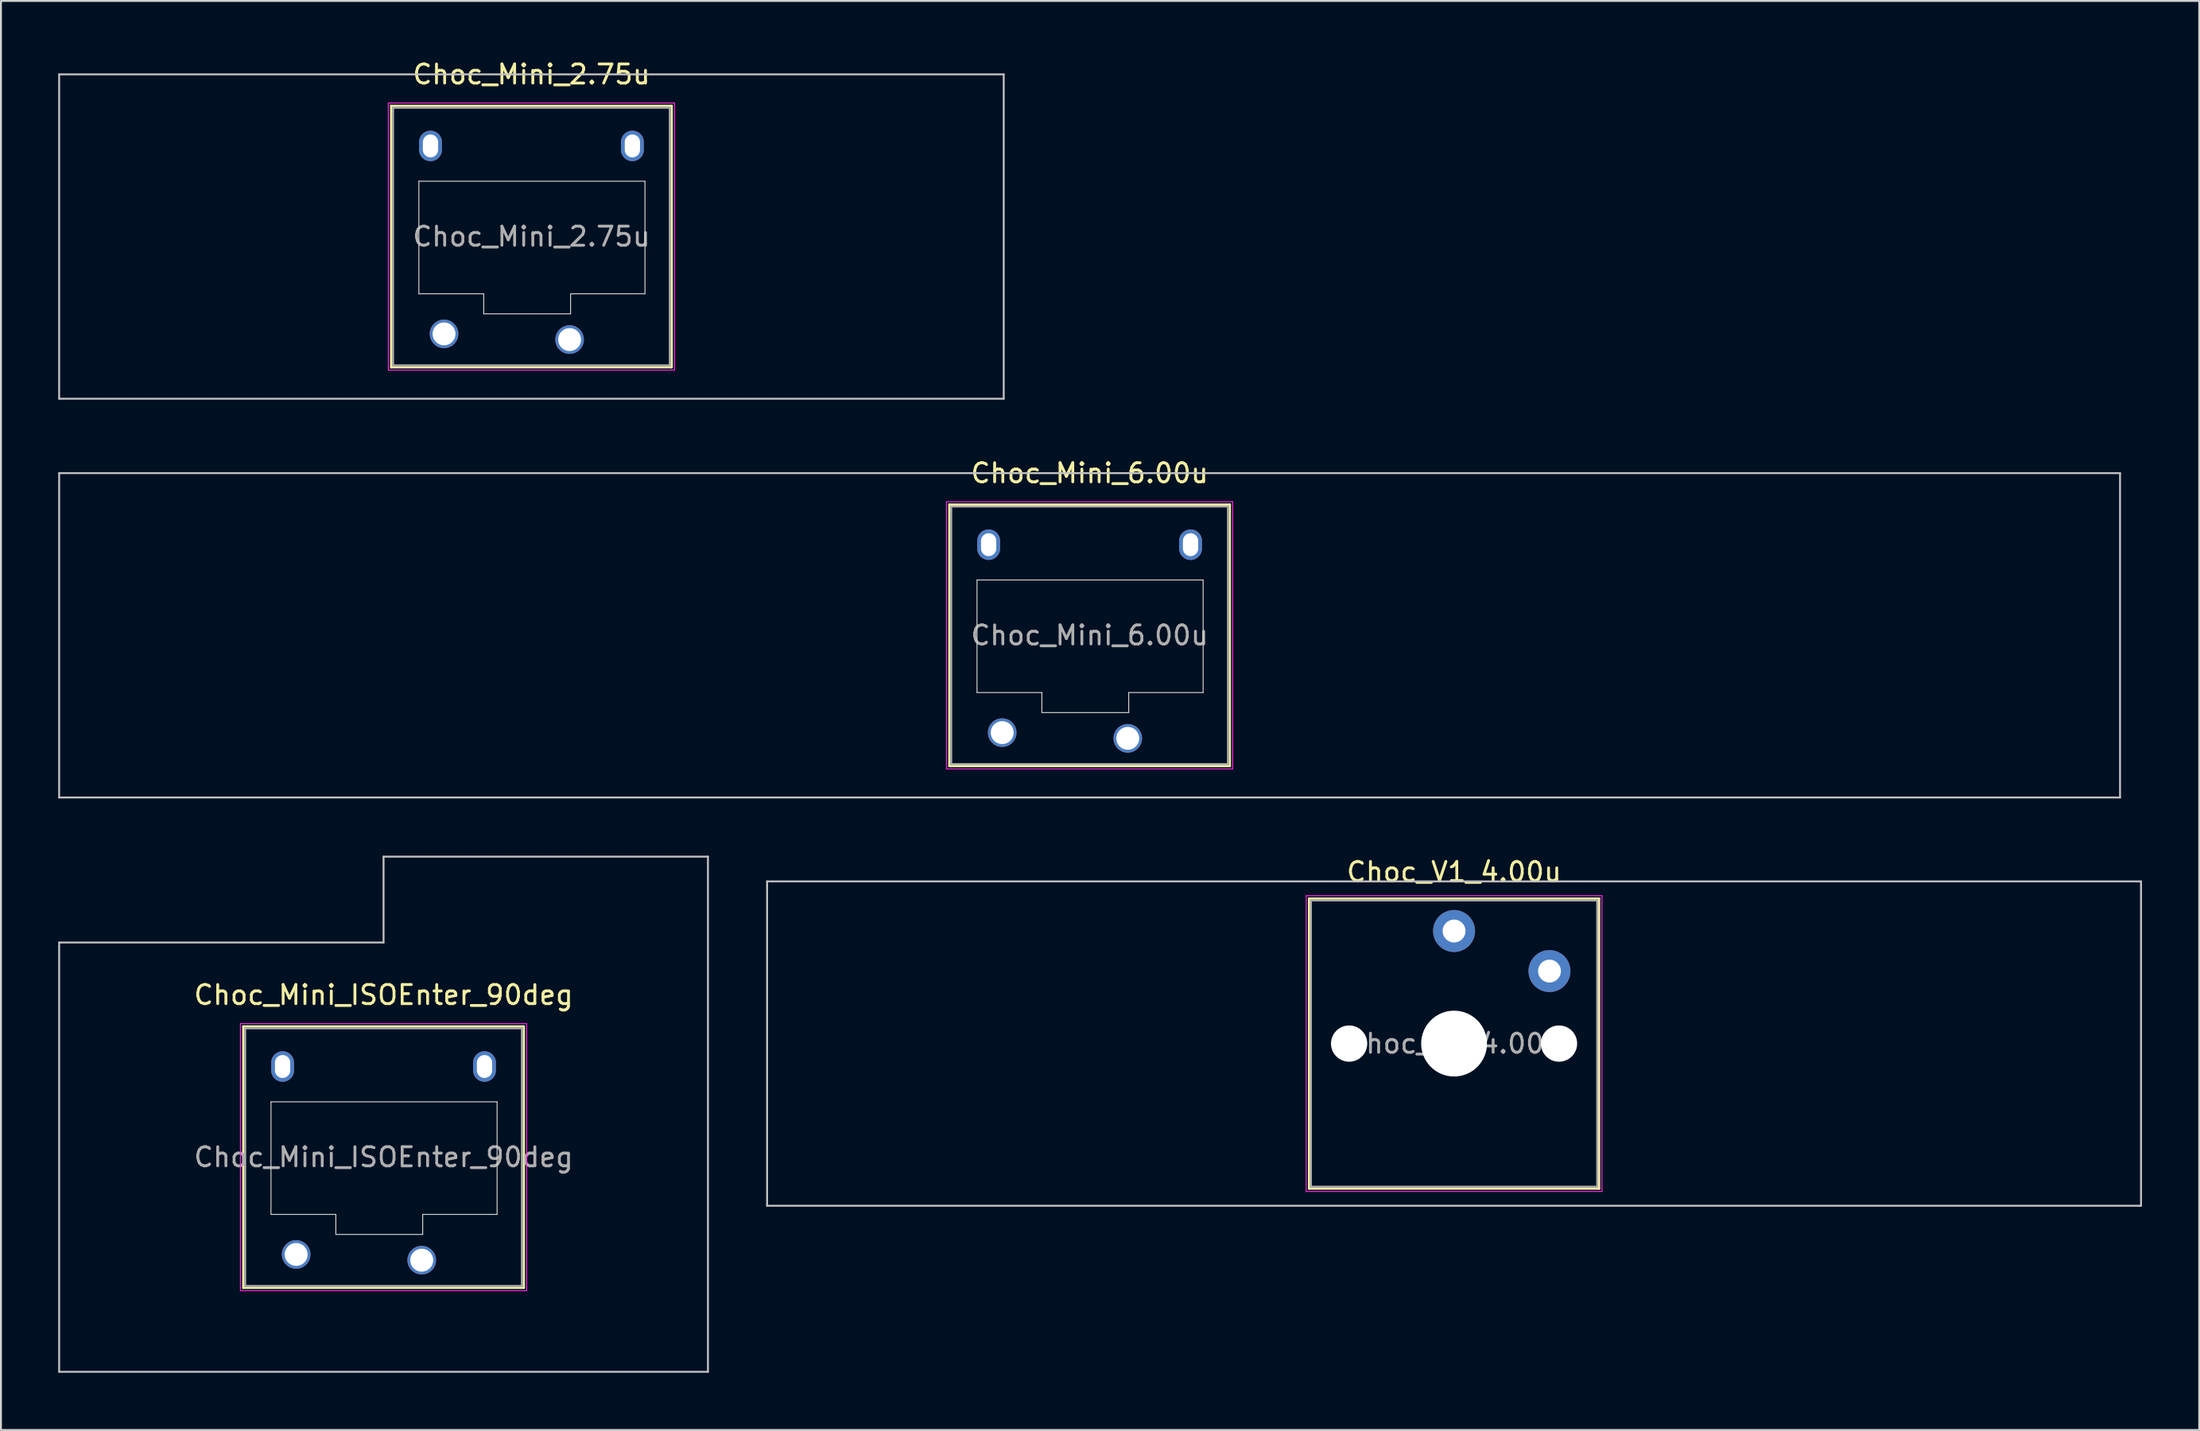
<source format=kicad_pcb>
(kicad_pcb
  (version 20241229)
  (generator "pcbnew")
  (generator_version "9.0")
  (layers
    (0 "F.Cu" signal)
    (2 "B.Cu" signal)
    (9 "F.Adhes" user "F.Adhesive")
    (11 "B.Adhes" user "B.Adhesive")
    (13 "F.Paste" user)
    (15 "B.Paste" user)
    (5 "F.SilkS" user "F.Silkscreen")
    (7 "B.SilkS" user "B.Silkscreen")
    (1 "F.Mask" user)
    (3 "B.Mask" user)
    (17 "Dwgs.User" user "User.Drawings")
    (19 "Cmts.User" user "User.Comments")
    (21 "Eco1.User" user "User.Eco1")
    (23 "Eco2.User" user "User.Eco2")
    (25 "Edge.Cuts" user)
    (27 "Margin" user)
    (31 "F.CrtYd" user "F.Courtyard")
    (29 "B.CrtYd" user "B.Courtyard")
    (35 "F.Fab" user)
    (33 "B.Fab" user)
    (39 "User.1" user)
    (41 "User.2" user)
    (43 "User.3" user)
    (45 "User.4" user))
  (footprint "Choc_Mini_ISOEnter_90deg"
    (layer "F.Cu")
    (at 17.05 57.596)
    (property "Reference" "Choc_Mini_ISOEnter_90deg" (at 0 -8.5 0) (layer "F.SilkS") (effects (font (size 1 1) (thickness 0.15))))
    (attr through_hole)
    (fp_line (start -7.35 -6.85) (end -7.35 6.85) (stroke (width 0.12) (type solid)) (layer "F.SilkS"))
    (fp_line (start -7.35 6.85) (end 7.35 6.85) (stroke (width 0.12) (type solid)) (layer "F.SilkS"))
    (fp_line (start 7.35 -6.85) (end -7.35 -6.85) (stroke (width 0.12) (type solid)) (layer "F.SilkS"))
    (fp_line (start 7.35 6.85) (end 7.35 -6.85) (stroke (width 0.12) (type solid)) (layer "F.SilkS"))
    (fp_line (start -17 -11.25) (end -17 11.25) (stroke (width 0.1) (type solid)) (layer "Dwgs.User"))
    (fp_line (start -17 11.25) (end 17 11.25) (stroke (width 0.1) (type solid)) (layer "Dwgs.User"))
    (fp_line (start 0 -15.75) (end 0 -11.25) (stroke (width 0.1) (type solid)) (layer "Dwgs.User"))
    (fp_line (start 0 -11.25) (end -17 -11.25) (stroke (width 0.1) (type solid)) (layer "Dwgs.User"))
    (fp_line (start 17 -15.75) (end 0 -15.75) (stroke (width 0.1) (type solid)) (layer "Dwgs.User"))
    (fp_line (start 17 11.25) (end 17 -15.75) (stroke (width 0.1) (type solid)) (layer "Dwgs.User"))
    (fp_line (start -6.85 -6.35) (end -6.85 6.35) (stroke (width 0.1) (type solid)) (layer "Eco1.User"))
    (fp_line (start -6.85 6.35) (end 6.85 6.35) (stroke (width 0.1) (type solid)) (layer "Eco1.User"))
    (fp_line (start 6.85 -6.35) (end -6.85 -6.35) (stroke (width 0.1) (type solid)) (layer "Eco1.User"))
    (fp_line (start 6.85 6.35) (end 6.85 -6.35) (stroke (width 0.1) (type solid)) (layer "Eco1.User"))
    (fp_line (start -5.9 -2.9) (end -5.9 3) (stroke (width 0.05) (type solid)) (layer "Edge.Cuts"))
    (fp_line (start -5.9 3) (end -2.5 3) (stroke (width 0.05) (type solid)) (layer "Edge.Cuts"))
    (fp_line (start -2.5 3) (end -2.5 4.05) (stroke (width 0.05) (type solid)) (layer "Edge.Cuts"))
    (fp_line (start -2.5 4.05) (end 2.05 4.05) (stroke (width 0.05) (type solid)) (layer "Edge.Cuts"))
    (fp_line (start 2.05 3) (end 5.95 3) (stroke (width 0.05) (type solid)) (layer "Edge.Cuts"))
    (fp_line (start 2.05 4.05) (end 2.05 3) (stroke (width 0.05) (type solid)) (layer "Edge.Cuts"))
    (fp_line (start 5.95 -2.9) (end -5.9 -2.9) (stroke (width 0.05) (type solid)) (layer "Edge.Cuts"))
    (fp_line (start 5.95 3) (end 5.95 -2.9) (stroke (width 0.05) (type solid)) (layer "Edge.Cuts"))
    (fp_line (start -7.5 -7) (end -7.5 7) (stroke (width 0.05) (type solid)) (layer "F.CrtYd"))
    (fp_line (start -7.5 7) (end 7.5 7) (stroke (width 0.05) (type solid)) (layer "F.CrtYd"))
    (fp_line (start 7.5 -7) (end -7.5 -7) (stroke (width 0.05) (type solid)) (layer "F.CrtYd"))
    (fp_line (start 7.5 7) (end 7.5 -7) (stroke (width 0.05) (type solid)) (layer "F.CrtYd"))
    (fp_line (start -7.25 -6.75) (end -7.25 6.75) (stroke (width 0.1) (type solid)) (layer "F.Fab"))
    (fp_line (start -7.25 6.75) (end 7.25 6.75) (stroke (width 0.1) (type solid)) (layer "F.Fab"))
    (fp_line (start 7.25 -6.75) (end -7.25 -6.75) (stroke (width 0.1) (type solid)) (layer "F.Fab"))
    (fp_line (start 7.25 6.75) (end 7.25 -6.75) (stroke (width 0.1) (type solid)) (layer "F.Fab"))
    (fp_text user "${REFERENCE}" (at 0 0 0) (layer "F.Fab") (effects (font (size 1 1) (thickness 0.15))))
    (pad "" np_thru_hole oval (at -5.29 -4.75) (size 1.2 1.6) (drill oval 0.8 1.2) (layers "*.Cu" "*.Mask"))
    (pad "" np_thru_hole oval (at 5.29 -4.75) (size 1.2 1.6) (drill oval 0.8 1.2) (layers "*.Cu" "*.Mask"))
    (pad "1" thru_hole circle (at 2 5.4) (size 1.5 1.5) (drill 1.2) (layers "*.Cu" "*.Mask"))
    (pad "2" thru_hole circle (at -4.58 5.1) (size 1.5 1.5) (drill 1.2) (layers "*.Cu" "*.Mask")))
  (footprint "Choc_Mini_6.00u"
    (layer "F.Cu")
    (at 54.05 30.247)
    (property "Reference" "Choc_Mini_6.00u" (at 0 -8.5 0) (layer "F.SilkS") (effects (font (size 1 1) (thickness 0.15))))
    (attr through_hole)
    (fp_line (start -7.35 -6.85) (end -7.35 6.85) (stroke (width 0.12) (type solid)) (layer "F.SilkS"))
    (fp_line (start -7.35 6.85) (end 7.35 6.85) (stroke (width 0.12) (type solid)) (layer "F.SilkS"))
    (fp_line (start 7.35 -6.85) (end -7.35 -6.85) (stroke (width 0.12) (type solid)) (layer "F.SilkS"))
    (fp_line (start 7.35 6.85) (end 7.35 -6.85) (stroke (width 0.12) (type solid)) (layer "F.SilkS"))
    (fp_line (start -54 -8.5) (end -54 8.5) (stroke (width 0.1) (type solid)) (layer "Dwgs.User"))
    (fp_line (start -54 8.5) (end 54 8.5) (stroke (width 0.1) (type solid)) (layer "Dwgs.User"))
    (fp_line (start 54 -8.5) (end -54 -8.5) (stroke (width 0.1) (type solid)) (layer "Dwgs.User"))
    (fp_line (start 54 8.5) (end 54 -8.5) (stroke (width 0.1) (type solid)) (layer "Dwgs.User"))
    (fp_line (start -6.85 -6.35) (end -6.85 6.35) (stroke (width 0.1) (type solid)) (layer "Eco1.User"))
    (fp_line (start -6.85 6.35) (end 6.85 6.35) (stroke (width 0.1) (type solid)) (layer "Eco1.User"))
    (fp_line (start 6.85 -6.35) (end -6.85 -6.35) (stroke (width 0.1) (type solid)) (layer "Eco1.User"))
    (fp_line (start 6.85 6.35) (end 6.85 -6.35) (stroke (width 0.1) (type solid)) (layer "Eco1.User"))
    (fp_line (start -5.9 -2.9) (end -5.9 3) (stroke (width 0.05) (type solid)) (layer "Edge.Cuts"))
    (fp_line (start -5.9 3) (end -2.5 3) (stroke (width 0.05) (type solid)) (layer "Edge.Cuts"))
    (fp_line (start -2.5 3) (end -2.5 4.05) (stroke (width 0.05) (type solid)) (layer "Edge.Cuts"))
    (fp_line (start -2.5 4.05) (end 2.05 4.05) (stroke (width 0.05) (type solid)) (layer "Edge.Cuts"))
    (fp_line (start 2.05 3) (end 5.95 3) (stroke (width 0.05) (type solid)) (layer "Edge.Cuts"))
    (fp_line (start 2.05 4.05) (end 2.05 3) (stroke (width 0.05) (type solid)) (layer "Edge.Cuts"))
    (fp_line (start 5.95 -2.9) (end -5.9 -2.9) (stroke (width 0.05) (type solid)) (layer "Edge.Cuts"))
    (fp_line (start 5.95 3) (end 5.95 -2.9) (stroke (width 0.05) (type solid)) (layer "Edge.Cuts"))
    (fp_line (start -7.5 -7) (end -7.5 7) (stroke (width 0.05) (type solid)) (layer "F.CrtYd"))
    (fp_line (start -7.5 7) (end 7.5 7) (stroke (width 0.05) (type solid)) (layer "F.CrtYd"))
    (fp_line (start 7.5 -7) (end -7.5 -7) (stroke (width 0.05) (type solid)) (layer "F.CrtYd"))
    (fp_line (start 7.5 7) (end 7.5 -7) (stroke (width 0.05) (type solid)) (layer "F.CrtYd"))
    (fp_line (start -7.25 -6.75) (end -7.25 6.75) (stroke (width 0.1) (type solid)) (layer "F.Fab"))
    (fp_line (start -7.25 6.75) (end 7.25 6.75) (stroke (width 0.1) (type solid)) (layer "F.Fab"))
    (fp_line (start 7.25 -6.75) (end -7.25 -6.75) (stroke (width 0.1) (type solid)) (layer "F.Fab"))
    (fp_line (start 7.25 6.75) (end 7.25 -6.75) (stroke (width 0.1) (type solid)) (layer "F.Fab"))
    (fp_text user "${REFERENCE}" (at 0 0 0) (layer "F.Fab") (effects (font (size 1 1) (thickness 0.15))))
    (pad "" np_thru_hole oval (at -5.29 -4.75) (size 1.2 1.6) (drill oval 0.8 1.2) (layers "*.Cu" "*.Mask"))
    (pad "" np_thru_hole oval (at 5.29 -4.75) (size 1.2 1.6) (drill oval 0.8 1.2) (layers "*.Cu" "*.Mask"))
    (pad "1" thru_hole circle (at 2 5.4) (size 1.5 1.5) (drill 1.2) (layers "*.Cu" "*.Mask"))
    (pad "2" thru_hole circle (at -4.58 5.1) (size 1.5 1.5) (drill 1.2) (layers "*.Cu" "*.Mask")))
  (footprint "Choc_V1_4.00u"
    (layer "F.Cu")
    (at 73.15 51.645)
    (property "Reference" "Choc_V1_4.00u" (at 0 -9 0) (layer "F.SilkS") (effects (font (size 1 1) (thickness 0.15))))
    (attr through_hole)
    (fp_line (start -7.6 -7.6) (end -7.6 7.6) (stroke (width 0.12) (type solid)) (layer "F.SilkS"))
    (fp_line (start -7.6 7.6) (end 7.6 7.6) (stroke (width 0.12) (type solid)) (layer "F.SilkS"))
    (fp_line (start 7.6 -7.6) (end -7.6 -7.6) (stroke (width 0.12) (type solid)) (layer "F.SilkS"))
    (fp_line (start 7.6 7.6) (end 7.6 -7.6) (stroke (width 0.12) (type solid)) (layer "F.SilkS"))
    (fp_line (start -36 -8.5) (end -36 8.5) (stroke (width 0.1) (type solid)) (layer "Dwgs.User"))
    (fp_line (start -36 8.5) (end 36 8.5) (stroke (width 0.1) (type solid)) (layer "Dwgs.User"))
    (fp_line (start 36 -8.5) (end -36 -8.5) (stroke (width 0.1) (type solid)) (layer "Dwgs.User"))
    (fp_line (start 36 8.5) (end 36 -8.5) (stroke (width 0.1) (type solid)) (layer "Dwgs.User"))
    (fp_line (start -7.25 -7.25) (end -7.25 7.25) (stroke (width 0.1) (type solid)) (layer "Eco1.User"))
    (fp_line (start -7.25 7.25) (end 7.25 7.25) (stroke (width 0.1) (type solid)) (layer "Eco1.User"))
    (fp_line (start 7.25 -7.25) (end -7.25 -7.25) (stroke (width 0.1) (type solid)) (layer "Eco1.User"))
    (fp_line (start 7.25 7.25) (end 7.25 -7.25) (stroke (width 0.1) (type solid)) (layer "Eco1.User"))
    (fp_line (start -7.75 -7.75) (end -7.75 7.75) (stroke (width 0.05) (type solid)) (layer "F.CrtYd"))
    (fp_line (start -7.75 7.75) (end 7.75 7.75) (stroke (width 0.05) (type solid)) (layer "F.CrtYd"))
    (fp_line (start 7.75 -7.75) (end -7.75 -7.75) (stroke (width 0.05) (type solid)) (layer "F.CrtYd"))
    (fp_line (start 7.75 7.75) (end 7.75 -7.75) (stroke (width 0.05) (type solid)) (layer "F.CrtYd"))
    (fp_line (start -7.5 -7.5) (end -7.5 7.5) (stroke (width 0.1) (type solid)) (layer "F.Fab"))
    (fp_line (start -7.5 7.5) (end 7.5 7.5) (stroke (width 0.1) (type solid)) (layer "F.Fab"))
    (fp_line (start 7.5 -7.5) (end -7.5 -7.5) (stroke (width 0.1) (type solid)) (layer "F.Fab"))
    (fp_line (start 7.5 7.5) (end 7.5 -7.5) (stroke (width 0.1) (type solid)) (layer "F.Fab"))
    (fp_text user "${REFERENCE}" (at 0 0 0) (layer "F.Fab") (effects (font (size 1 1) (thickness 0.15))))
    (pad "" np_thru_hole circle (at -5.5 0) (size 1.9 1.9) (drill 1.9) (layers "*.Cu" "*.Mask"))
    (pad "" np_thru_hole circle (at 0 0) (size 3.45 3.45) (drill 3.45) (layers "*.Cu" "*.Mask"))
    (pad "" np_thru_hole circle (at 5.5 0) (size 1.9 1.9) (drill 1.9) (layers "*.Cu" "*.Mask"))
    (pad "1" thru_hole circle (at 0 -5.9) (size 2.2 2.2) (drill 1.2) (layers "*.Cu" "*.Mask"))
    (pad "2" thru_hole circle (at 5 -3.8) (size 2.2 2.2) (drill 1.2) (layers "*.Cu" "*.Mask")))
  (footprint "Choc_Mini_2.75u"
    (layer "F.Cu")
    (at 24.8 9.348)
    (property "Reference" "Choc_Mini_2.75u" (at 0 -8.5 0) (layer "F.SilkS") (effects (font (size 1 1) (thickness 0.15))))
    (attr through_hole)
    (fp_line (start -7.35 -6.85) (end -7.35 6.85) (stroke (width 0.12) (type solid)) (layer "F.SilkS"))
    (fp_line (start -7.35 6.85) (end 7.35 6.85) (stroke (width 0.12) (type solid)) (layer "F.SilkS"))
    (fp_line (start 7.35 -6.85) (end -7.35 -6.85) (stroke (width 0.12) (type solid)) (layer "F.SilkS"))
    (fp_line (start 7.35 6.85) (end 7.35 -6.85) (stroke (width 0.12) (type solid)) (layer "F.SilkS"))
    (fp_line (start -24.75 -8.5) (end -24.75 8.5) (stroke (width 0.1) (type solid)) (layer "Dwgs.User"))
    (fp_line (start -24.75 8.5) (end 24.75 8.5) (stroke (width 0.1) (type solid)) (layer "Dwgs.User"))
    (fp_line (start 24.75 -8.5) (end -24.75 -8.5) (stroke (width 0.1) (type solid)) (layer "Dwgs.User"))
    (fp_line (start 24.75 8.5) (end 24.75 -8.5) (stroke (width 0.1) (type solid)) (layer "Dwgs.User"))
    (fp_line (start -6.85 -6.35) (end -6.85 6.35) (stroke (width 0.1) (type solid)) (layer "Eco1.User"))
    (fp_line (start -6.85 6.35) (end 6.85 6.35) (stroke (width 0.1) (type solid)) (layer "Eco1.User"))
    (fp_line (start 6.85 -6.35) (end -6.85 -6.35) (stroke (width 0.1) (type solid)) (layer "Eco1.User"))
    (fp_line (start 6.85 6.35) (end 6.85 -6.35) (stroke (width 0.1) (type solid)) (layer "Eco1.User"))
    (fp_line (start -5.9 -2.9) (end -5.9 3) (stroke (width 0.05) (type solid)) (layer "Edge.Cuts"))
    (fp_line (start -5.9 3) (end -2.5 3) (stroke (width 0.05) (type solid)) (layer "Edge.Cuts"))
    (fp_line (start -2.5 3) (end -2.5 4.05) (stroke (width 0.05) (type solid)) (layer "Edge.Cuts"))
    (fp_line (start -2.5 4.05) (end 2.05 4.05) (stroke (width 0.05) (type solid)) (layer "Edge.Cuts"))
    (fp_line (start 2.05 3) (end 5.95 3) (stroke (width 0.05) (type solid)) (layer "Edge.Cuts"))
    (fp_line (start 2.05 4.05) (end 2.05 3) (stroke (width 0.05) (type solid)) (layer "Edge.Cuts"))
    (fp_line (start 5.95 -2.9) (end -5.9 -2.9) (stroke (width 0.05) (type solid)) (layer "Edge.Cuts"))
    (fp_line (start 5.95 3) (end 5.95 -2.9) (stroke (width 0.05) (type solid)) (layer "Edge.Cuts"))
    (fp_line (start -7.5 -7) (end -7.5 7) (stroke (width 0.05) (type solid)) (layer "F.CrtYd"))
    (fp_line (start -7.5 7) (end 7.5 7) (stroke (width 0.05) (type solid)) (layer "F.CrtYd"))
    (fp_line (start 7.5 -7) (end -7.5 -7) (stroke (width 0.05) (type solid)) (layer "F.CrtYd"))
    (fp_line (start 7.5 7) (end 7.5 -7) (stroke (width 0.05) (type solid)) (layer "F.CrtYd"))
    (fp_line (start -7.25 -6.75) (end -7.25 6.75) (stroke (width 0.1) (type solid)) (layer "F.Fab"))
    (fp_line (start -7.25 6.75) (end 7.25 6.75) (stroke (width 0.1) (type solid)) (layer "F.Fab"))
    (fp_line (start 7.25 -6.75) (end -7.25 -6.75) (stroke (width 0.1) (type solid)) (layer "F.Fab"))
    (fp_line (start 7.25 6.75) (end 7.25 -6.75) (stroke (width 0.1) (type solid)) (layer "F.Fab"))
    (fp_text user "${REFERENCE}" (at 0 0 0) (layer "F.Fab") (effects (font (size 1 1) (thickness 0.15))))
    (pad "" np_thru_hole oval (at -5.29 -4.75) (size 1.2 1.6) (drill oval 0.8 1.2) (layers "*.Cu" "*.Mask"))
    (pad "" np_thru_hole oval (at 5.29 -4.75) (size 1.2 1.6) (drill oval 0.8 1.2) (layers "*.Cu" "*.Mask"))
    (pad "1" thru_hole circle (at 2 5.4) (size 1.5 1.5) (drill 1.2) (layers "*.Cu" "*.Mask"))
    (pad "2" thru_hole circle (at -4.58 5.1) (size 1.5 1.5) (drill 1.2) (layers "*.Cu" "*.Mask")))
  (gr_rect
    (start -3 -3)
    (end 112.2 71.897)
    (stroke (width 0.1) (type default))
    (fill no)
    (layer "Edge.Cuts")))
</source>
